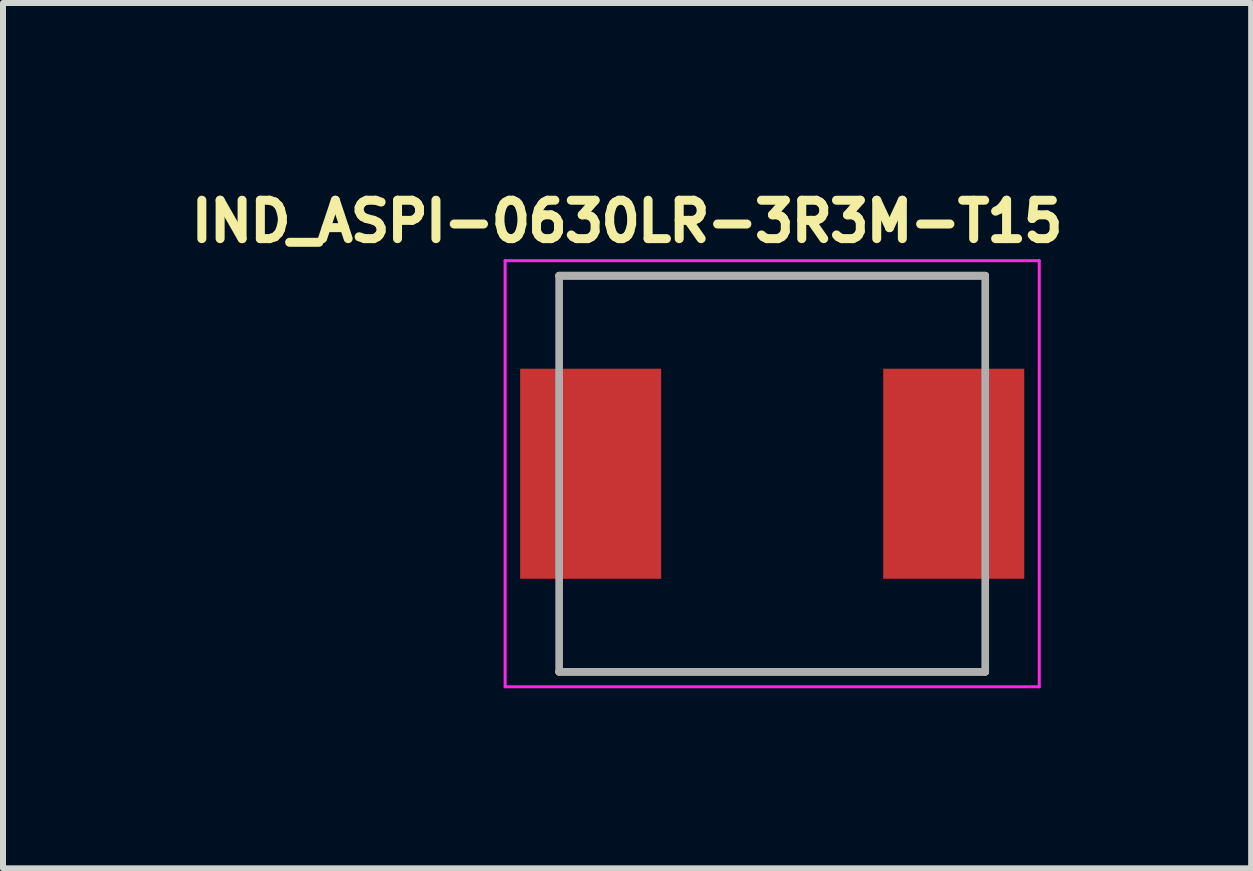
<source format=kicad_pcb>
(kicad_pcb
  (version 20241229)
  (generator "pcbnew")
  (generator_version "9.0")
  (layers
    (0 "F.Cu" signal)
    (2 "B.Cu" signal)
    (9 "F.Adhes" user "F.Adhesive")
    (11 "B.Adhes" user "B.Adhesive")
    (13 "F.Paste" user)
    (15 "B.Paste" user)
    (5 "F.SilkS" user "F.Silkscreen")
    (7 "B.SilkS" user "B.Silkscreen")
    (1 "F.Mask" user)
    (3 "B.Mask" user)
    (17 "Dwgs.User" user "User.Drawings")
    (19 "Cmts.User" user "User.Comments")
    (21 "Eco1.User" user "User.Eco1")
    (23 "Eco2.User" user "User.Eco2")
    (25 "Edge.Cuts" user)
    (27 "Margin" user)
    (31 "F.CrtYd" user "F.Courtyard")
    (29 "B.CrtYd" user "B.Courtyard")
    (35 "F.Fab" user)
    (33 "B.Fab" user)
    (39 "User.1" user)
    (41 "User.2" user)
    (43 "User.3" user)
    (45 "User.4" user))
  (footprint "IND_ASPI-0630LR-3R3M-T15"
    (layer "F.Cu")
    (at 9.817 4.844)
    (property "Reference" "IND_ASPI-0630LR-3R3M-T15" (at -2.418 -4.206 0) (layer "F.SilkS") (effects (font (size 0.64 0.64) (thickness 0.15))))
    (attr smd)
    (fp_line (start -3.55 -3.3) (end 3.55 -3.3) (stroke (width 0.127) (type solid)) (layer "F.SilkS"))
    (fp_line (start -3.55 3.3) (end 3.55 3.3) (stroke (width 0.127) (type solid)) (layer "F.SilkS"))
    (fp_line (start -4.45 -3.55) (end -4.45 3.55) (stroke (width 0.05) (type solid)) (layer "F.CrtYd"))
    (fp_line (start -4.45 3.55) (end 4.45 3.55) (stroke (width 0.05) (type solid)) (layer "F.CrtYd"))
    (fp_line (start 4.45 -3.55) (end -4.45 -3.55) (stroke (width 0.05) (type solid)) (layer "F.CrtYd"))
    (fp_line (start 4.45 3.55) (end 4.45 -3.55) (stroke (width 0.05) (type solid)) (layer "F.CrtYd"))
    (fp_line (start -3.55 -3.3) (end -3.55 3.3) (stroke (width 0.127) (type solid)) (layer "F.Fab"))
    (fp_line (start -3.55 -3.3) (end 3.55 -3.3) (stroke (width 0.127) (type solid)) (layer "F.Fab"))
    (fp_line (start -3.55 3.3) (end 3.55 3.3) (stroke (width 0.127) (type solid)) (layer "F.Fab"))
    (fp_line (start 3.55 -3.3) (end 3.55 3.3) (stroke (width 0.127) (type solid)) (layer "F.Fab"))
    (pad "1" smd rect (at -3.025 0) (size 2.35 3.5) (layers "F.Cu" "F.Mask" "F.Paste"))
    (pad "2" smd rect (at 3.025 0) (size 2.35 3.5) (layers "F.Cu" "F.Mask" "F.Paste")))
  (gr_rect
    (start -3 -3)
    (end 17.798 11.419)
    (stroke (width 0.1) (type default))
    (fill no)
    (layer "Edge.Cuts")))
</source>
